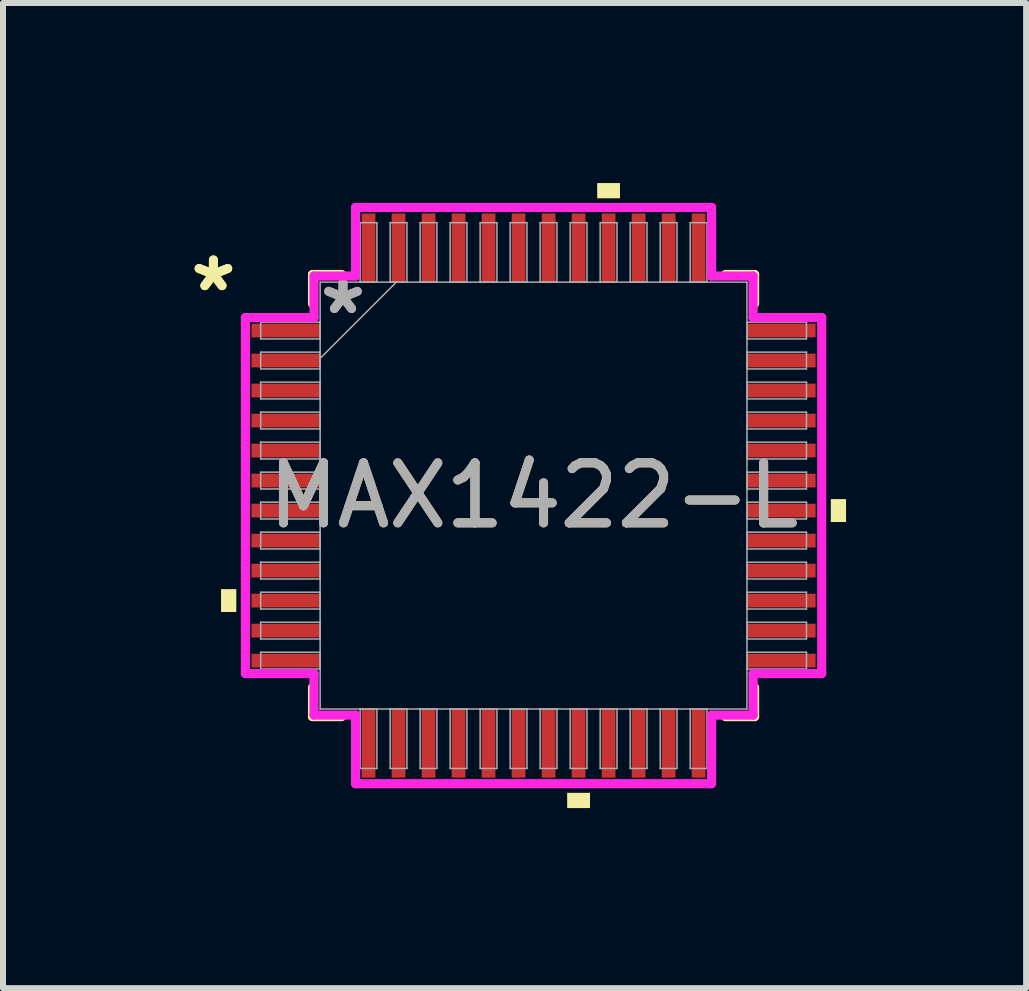
<source format=kicad_pcb>
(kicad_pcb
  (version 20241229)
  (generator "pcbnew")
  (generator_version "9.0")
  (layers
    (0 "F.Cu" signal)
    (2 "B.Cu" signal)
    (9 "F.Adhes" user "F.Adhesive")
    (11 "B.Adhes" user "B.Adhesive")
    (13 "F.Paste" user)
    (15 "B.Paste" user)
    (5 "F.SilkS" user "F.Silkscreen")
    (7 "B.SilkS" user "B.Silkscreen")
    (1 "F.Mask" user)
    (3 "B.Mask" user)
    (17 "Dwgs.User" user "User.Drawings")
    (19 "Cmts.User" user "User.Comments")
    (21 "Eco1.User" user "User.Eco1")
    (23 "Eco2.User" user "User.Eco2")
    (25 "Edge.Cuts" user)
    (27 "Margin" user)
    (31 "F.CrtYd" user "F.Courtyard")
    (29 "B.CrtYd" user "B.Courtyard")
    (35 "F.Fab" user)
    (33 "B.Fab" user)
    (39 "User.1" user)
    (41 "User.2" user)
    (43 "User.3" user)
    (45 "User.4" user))
  (footprint "MAX1422-L"
    (layer "F.Cu")
    (at 5.84 5.207)
    (property "Reference" "MAX1422-L" (at 0 0 0) (unlocked yes) (layer "F.SilkS") (effects (font (size 1 1) (thickness 0.15))))
    (attr smd)
    (fp_line (start -3.683 -3.683) (end -3.683 -3.197) (stroke (width 0.152) (type solid)) (layer "F.SilkS"))
    (fp_line (start -3.683 3.197) (end -3.683 3.683) (stroke (width 0.152) (type solid)) (layer "F.SilkS"))
    (fp_line (start -3.683 3.683) (end -3.197 3.683) (stroke (width 0.152) (type solid)) (layer "F.SilkS"))
    (fp_line (start -3.197 -3.683) (end -3.683 -3.683) (stroke (width 0.152) (type solid)) (layer "F.SilkS"))
    (fp_line (start 3.197 3.683) (end 3.683 3.683) (stroke (width 0.152) (type solid)) (layer "F.SilkS"))
    (fp_line (start 3.683 -3.683) (end 3.197 -3.683) (stroke (width 0.152) (type solid)) (layer "F.SilkS"))
    (fp_line (start 3.683 -3.197) (end 3.683 -3.683) (stroke (width 0.152) (type solid)) (layer "F.SilkS"))
    (fp_line (start 3.683 3.683) (end 3.683 3.197) (stroke (width 0.152) (type solid)) (layer "F.SilkS"))
    (fp_poly (pts (xy -5.207 1.559) (xy -5.207 1.94) (xy -4.953 1.94) (xy -4.953 1.559)) (stroke (width 0) (type solid)) (fill yes) (layer "F.SilkS"))
    (fp_poly (pts (xy 0.56 4.953) (xy 0.56 5.207) (xy 0.941 5.207) (xy 0.941 4.953)) (stroke (width 0) (type solid)) (fill yes) (layer "F.SilkS"))
    (fp_poly (pts (xy 1.06 -4.953) (xy 1.06 -5.207) (xy 1.44 -5.207) (xy 1.44 -4.953)) (stroke (width 0) (type solid)) (fill yes) (layer "F.SilkS"))
    (fp_poly (pts (xy 5.207 0.059) (xy 5.207 0.441) (xy 4.953 0.441) (xy 4.953 0.059)) (stroke (width 0) (type solid)) (fill yes) (layer "F.SilkS"))
    (fp_line (start -4.801 -2.966) (end -3.658 -2.966) (stroke (width 0.152) (type solid)) (layer "F.CrtYd"))
    (fp_line (start -4.801 2.966) (end -4.801 -2.966) (stroke (width 0.152) (type solid)) (layer "F.CrtYd"))
    (fp_line (start -3.658 -3.658) (end -2.966 -3.658) (stroke (width 0.152) (type solid)) (layer "F.CrtYd"))
    (fp_line (start -3.658 -2.966) (end -3.658 -3.658) (stroke (width 0.152) (type solid)) (layer "F.CrtYd"))
    (fp_line (start -3.658 2.966) (end -4.801 2.966) (stroke (width 0.152) (type solid)) (layer "F.CrtYd"))
    (fp_line (start -3.658 3.658) (end -3.658 2.966) (stroke (width 0.152) (type solid)) (layer "F.CrtYd"))
    (fp_line (start -3.658 3.658) (end -2.966 3.658) (stroke (width 0.152) (type solid)) (layer "F.CrtYd"))
    (fp_line (start -2.966 -4.801) (end 2.966 -4.801) (stroke (width 0.152) (type solid)) (layer "F.CrtYd"))
    (fp_line (start -2.966 -3.658) (end -2.966 -4.801) (stroke (width 0.152) (type solid)) (layer "F.CrtYd"))
    (fp_line (start -2.966 3.658) (end -2.966 4.801) (stroke (width 0.152) (type solid)) (layer "F.CrtYd"))
    (fp_line (start -2.966 4.801) (end 2.966 4.801) (stroke (width 0.152) (type solid)) (layer "F.CrtYd"))
    (fp_line (start 2.966 -4.801) (end 2.966 -3.658) (stroke (width 0.152) (type solid)) (layer "F.CrtYd"))
    (fp_line (start 2.966 -3.658) (end 3.658 -3.658) (stroke (width 0.152) (type solid)) (layer "F.CrtYd"))
    (fp_line (start 2.966 3.658) (end 3.658 3.658) (stroke (width 0.152) (type solid)) (layer "F.CrtYd"))
    (fp_line (start 2.966 4.801) (end 2.966 3.658) (stroke (width 0.152) (type solid)) (layer "F.CrtYd"))
    (fp_line (start 3.658 -2.966) (end 3.658 -3.658) (stroke (width 0.152) (type solid)) (layer "F.CrtYd"))
    (fp_line (start 3.658 2.966) (end 4.801 2.966) (stroke (width 0.152) (type solid)) (layer "F.CrtYd"))
    (fp_line (start 3.658 3.658) (end 3.658 2.966) (stroke (width 0.152) (type solid)) (layer "F.CrtYd"))
    (fp_line (start 4.801 -2.966) (end 3.658 -2.966) (stroke (width 0.152) (type solid)) (layer "F.CrtYd"))
    (fp_line (start 4.801 2.966) (end 4.801 -2.966) (stroke (width 0.152) (type solid)) (layer "F.CrtYd"))
    (fp_line (start -4.547 -2.89) (end -4.547 -2.61) (stroke (width 0.025) (type solid)) (layer "F.Fab"))
    (fp_line (start -4.547 -2.61) (end -3.556 -2.61) (stroke (width 0.025) (type solid)) (layer "F.Fab"))
    (fp_line (start -4.547 -2.39) (end -4.547 -2.11) (stroke (width 0.025) (type solid)) (layer "F.Fab"))
    (fp_line (start -4.547 -2.11) (end -3.556 -2.11) (stroke (width 0.025) (type solid)) (layer "F.Fab"))
    (fp_line (start -4.547 -1.89) (end -4.547 -1.61) (stroke (width 0.025) (type solid)) (layer "F.Fab"))
    (fp_line (start -4.547 -1.61) (end -3.556 -1.61) (stroke (width 0.025) (type solid)) (layer "F.Fab"))
    (fp_line (start -4.547 -1.39) (end -4.547 -1.11) (stroke (width 0.025) (type solid)) (layer "F.Fab"))
    (fp_line (start -4.547 -1.11) (end -3.556 -1.11) (stroke (width 0.025) (type solid)) (layer "F.Fab"))
    (fp_line (start -4.547 -0.89) (end -4.547 -0.61) (stroke (width 0.025) (type solid)) (layer "F.Fab"))
    (fp_line (start -4.547 -0.61) (end -3.556 -0.61) (stroke (width 0.025) (type solid)) (layer "F.Fab"))
    (fp_line (start -4.547 -0.39) (end -4.547 -0.11) (stroke (width 0.025) (type solid)) (layer "F.Fab"))
    (fp_line (start -4.547 -0.11) (end -3.556 -0.11) (stroke (width 0.025) (type solid)) (layer "F.Fab"))
    (fp_line (start -4.547 0.11) (end -4.547 0.39) (stroke (width 0.025) (type solid)) (layer "F.Fab"))
    (fp_line (start -4.547 0.39) (end -3.556 0.39) (stroke (width 0.025) (type solid)) (layer "F.Fab"))
    (fp_line (start -4.547 0.61) (end -4.547 0.89) (stroke (width 0.025) (type solid)) (layer "F.Fab"))
    (fp_line (start -4.547 0.89) (end -3.556 0.89) (stroke (width 0.025) (type solid)) (layer "F.Fab"))
    (fp_line (start -4.547 1.11) (end -4.547 1.39) (stroke (width 0.025) (type solid)) (layer "F.Fab"))
    (fp_line (start -4.547 1.39) (end -3.556 1.39) (stroke (width 0.025) (type solid)) (layer "F.Fab"))
    (fp_line (start -4.547 1.61) (end -4.547 1.89) (stroke (width 0.025) (type solid)) (layer "F.Fab"))
    (fp_line (start -4.547 1.89) (end -3.556 1.89) (stroke (width 0.025) (type solid)) (layer "F.Fab"))
    (fp_line (start -4.547 2.11) (end -4.547 2.39) (stroke (width 0.025) (type solid)) (layer "F.Fab"))
    (fp_line (start -4.547 2.39) (end -3.556 2.39) (stroke (width 0.025) (type solid)) (layer "F.Fab"))
    (fp_line (start -4.547 2.61) (end -4.547 2.89) (stroke (width 0.025) (type solid)) (layer "F.Fab"))
    (fp_line (start -4.547 2.89) (end -3.556 2.89) (stroke (width 0.025) (type solid)) (layer "F.Fab"))
    (fp_line (start -3.556 -3.556) (end -3.556 3.556) (stroke (width 0.025) (type solid)) (layer "F.Fab"))
    (fp_line (start -3.556 -2.89) (end -4.547 -2.89) (stroke (width 0.025) (type solid)) (layer "F.Fab"))
    (fp_line (start -3.556 -2.61) (end -3.556 -2.89) (stroke (width 0.025) (type solid)) (layer "F.Fab"))
    (fp_line (start -3.556 -2.39) (end -4.547 -2.39) (stroke (width 0.025) (type solid)) (layer "F.Fab"))
    (fp_line (start -3.556 -2.286) (end -2.286 -3.556) (stroke (width 0.025) (type solid)) (layer "F.Fab"))
    (fp_line (start -3.556 -2.11) (end -3.556 -2.39) (stroke (width 0.025) (type solid)) (layer "F.Fab"))
    (fp_line (start -3.556 -1.89) (end -4.547 -1.89) (stroke (width 0.025) (type solid)) (layer "F.Fab"))
    (fp_line (start -3.556 -1.61) (end -3.556 -1.89) (stroke (width 0.025) (type solid)) (layer "F.Fab"))
    (fp_line (start -3.556 -1.39) (end -4.547 -1.39) (stroke (width 0.025) (type solid)) (layer "F.Fab"))
    (fp_line (start -3.556 -1.11) (end -3.556 -1.39) (stroke (width 0.025) (type solid)) (layer "F.Fab"))
    (fp_line (start -3.556 -0.89) (end -4.547 -0.89) (stroke (width 0.025) (type solid)) (layer "F.Fab"))
    (fp_line (start -3.556 -0.61) (end -3.556 -0.89) (stroke (width 0.025) (type solid)) (layer "F.Fab"))
    (fp_line (start -3.556 -0.39) (end -4.547 -0.39) (stroke (width 0.025) (type solid)) (layer "F.Fab"))
    (fp_line (start -3.556 -0.11) (end -3.556 -0.39) (stroke (width 0.025) (type solid)) (layer "F.Fab"))
    (fp_line (start -3.556 0.11) (end -4.547 0.11) (stroke (width 0.025) (type solid)) (layer "F.Fab"))
    (fp_line (start -3.556 0.39) (end -3.556 0.11) (stroke (width 0.025) (type solid)) (layer "F.Fab"))
    (fp_line (start -3.556 0.61) (end -4.547 0.61) (stroke (width 0.025) (type solid)) (layer "F.Fab"))
    (fp_line (start -3.556 0.89) (end -3.556 0.61) (stroke (width 0.025) (type solid)) (layer "F.Fab"))
    (fp_line (start -3.556 1.11) (end -4.547 1.11) (stroke (width 0.025) (type solid)) (layer "F.Fab"))
    (fp_line (start -3.556 1.39) (end -3.556 1.11) (stroke (width 0.025) (type solid)) (layer "F.Fab"))
    (fp_line (start -3.556 1.61) (end -4.547 1.61) (stroke (width 0.025) (type solid)) (layer "F.Fab"))
    (fp_line (start -3.556 1.89) (end -3.556 1.61) (stroke (width 0.025) (type solid)) (layer "F.Fab"))
    (fp_line (start -3.556 2.11) (end -4.547 2.11) (stroke (width 0.025) (type solid)) (layer "F.Fab"))
    (fp_line (start -3.556 2.39) (end -3.556 2.11) (stroke (width 0.025) (type solid)) (layer "F.Fab"))
    (fp_line (start -3.556 2.61) (end -4.547 2.61) (stroke (width 0.025) (type solid)) (layer "F.Fab"))
    (fp_line (start -3.556 2.89) (end -3.556 2.61) (stroke (width 0.025) (type solid)) (layer "F.Fab"))
    (fp_line (start -3.556 3.556) (end 3.556 3.556) (stroke (width 0.025) (type solid)) (layer "F.Fab"))
    (fp_line (start -2.89 -4.547) (end -2.89 -3.556) (stroke (width 0.025) (type solid)) (layer "F.Fab"))
    (fp_line (start -2.89 -3.556) (end -2.61 -3.556) (stroke (width 0.025) (type solid)) (layer "F.Fab"))
    (fp_line (start -2.89 3.556) (end -2.89 4.547) (stroke (width 0.025) (type solid)) (layer "F.Fab"))
    (fp_line (start -2.89 4.547) (end -2.61 4.547) (stroke (width 0.025) (type solid)) (layer "F.Fab"))
    (fp_line (start -2.61 -4.547) (end -2.89 -4.547) (stroke (width 0.025) (type solid)) (layer "F.Fab"))
    (fp_line (start -2.61 -3.556) (end -2.61 -4.547) (stroke (width 0.025) (type solid)) (layer "F.Fab"))
    (fp_line (start -2.61 3.556) (end -2.89 3.556) (stroke (width 0.025) (type solid)) (layer "F.Fab"))
    (fp_line (start -2.61 4.547) (end -2.61 3.556) (stroke (width 0.025) (type solid)) (layer "F.Fab"))
    (fp_line (start -2.39 -4.547) (end -2.39 -3.556) (stroke (width 0.025) (type solid)) (layer "F.Fab"))
    (fp_line (start -2.39 -3.556) (end -2.11 -3.556) (stroke (width 0.025) (type solid)) (layer "F.Fab"))
    (fp_line (start -2.39 3.556) (end -2.39 4.547) (stroke (width 0.025) (type solid)) (layer "F.Fab"))
    (fp_line (start -2.39 4.547) (end -2.11 4.547) (stroke (width 0.025) (type solid)) (layer "F.Fab"))
    (fp_line (start -2.11 -4.547) (end -2.39 -4.547) (stroke (width 0.025) (type solid)) (layer "F.Fab"))
    (fp_line (start -2.11 -3.556) (end -2.11 -4.547) (stroke (width 0.025) (type solid)) (layer "F.Fab"))
    (fp_line (start -2.11 3.556) (end -2.39 3.556) (stroke (width 0.025) (type solid)) (layer "F.Fab"))
    (fp_line (start -2.11 4.547) (end -2.11 3.556) (stroke (width 0.025) (type solid)) (layer "F.Fab"))
    (fp_line (start -1.89 -4.547) (end -1.89 -3.556) (stroke (width 0.025) (type solid)) (layer "F.Fab"))
    (fp_line (start -1.89 -3.556) (end -1.61 -3.556) (stroke (width 0.025) (type solid)) (layer "F.Fab"))
    (fp_line (start -1.89 3.556) (end -1.89 4.547) (stroke (width 0.025) (type solid)) (layer "F.Fab"))
    (fp_line (start -1.89 4.547) (end -1.61 4.547) (stroke (width 0.025) (type solid)) (layer "F.Fab"))
    (fp_line (start -1.61 -4.547) (end -1.89 -4.547) (stroke (width 0.025) (type solid)) (layer "F.Fab"))
    (fp_line (start -1.61 -3.556) (end -1.61 -4.547) (stroke (width 0.025) (type solid)) (layer "F.Fab"))
    (fp_line (start -1.61 3.556) (end -1.89 3.556) (stroke (width 0.025) (type solid)) (layer "F.Fab"))
    (fp_line (start -1.61 4.547) (end -1.61 3.556) (stroke (width 0.025) (type solid)) (layer "F.Fab"))
    (fp_line (start -1.39 -4.547) (end -1.39 -3.556) (stroke (width 0.025) (type solid)) (layer "F.Fab"))
    (fp_line (start -1.39 -3.556) (end -1.11 -3.556) (stroke (width 0.025) (type solid)) (layer "F.Fab"))
    (fp_line (start -1.39 3.556) (end -1.39 4.547) (stroke (width 0.025) (type solid)) (layer "F.Fab"))
    (fp_line (start -1.39 4.547) (end -1.11 4.547) (stroke (width 0.025) (type solid)) (layer "F.Fab"))
    (fp_line (start -1.11 -4.547) (end -1.39 -4.547) (stroke (width 0.025) (type solid)) (layer "F.Fab"))
    (fp_line (start -1.11 -3.556) (end -1.11 -4.547) (stroke (width 0.025) (type solid)) (layer "F.Fab"))
    (fp_line (start -1.11 3.556) (end -1.39 3.556) (stroke (width 0.025) (type solid)) (layer "F.Fab"))
    (fp_line (start -1.11 4.547) (end -1.11 3.556) (stroke (width 0.025) (type solid)) (layer "F.Fab"))
    (fp_line (start -0.89 -4.547) (end -0.89 -3.556) (stroke (width 0.025) (type solid)) (layer "F.Fab"))
    (fp_line (start -0.89 -3.556) (end -0.61 -3.556) (stroke (width 0.025) (type solid)) (layer "F.Fab"))
    (fp_line (start -0.89 3.556) (end -0.89 4.547) (stroke (width 0.025) (type solid)) (layer "F.Fab"))
    (fp_line (start -0.89 4.547) (end -0.61 4.547) (stroke (width 0.025) (type solid)) (layer "F.Fab"))
    (fp_line (start -0.61 -4.547) (end -0.89 -4.547) (stroke (width 0.025) (type solid)) (layer "F.Fab"))
    (fp_line (start -0.61 -3.556) (end -0.61 -4.547) (stroke (width 0.025) (type solid)) (layer "F.Fab"))
    (fp_line (start -0.61 3.556) (end -0.89 3.556) (stroke (width 0.025) (type solid)) (layer "F.Fab"))
    (fp_line (start -0.61 4.547) (end -0.61 3.556) (stroke (width 0.025) (type solid)) (layer "F.Fab"))
    (fp_line (start -0.39 -4.547) (end -0.39 -3.556) (stroke (width 0.025) (type solid)) (layer "F.Fab"))
    (fp_line (start -0.39 -3.556) (end -0.11 -3.556) (stroke (width 0.025) (type solid)) (layer "F.Fab"))
    (fp_line (start -0.39 3.556) (end -0.39 4.547) (stroke (width 0.025) (type solid)) (layer "F.Fab"))
    (fp_line (start -0.39 4.547) (end -0.11 4.547) (stroke (width 0.025) (type solid)) (layer "F.Fab"))
    (fp_line (start -0.11 -4.547) (end -0.39 -4.547) (stroke (width 0.025) (type solid)) (layer "F.Fab"))
    (fp_line (start -0.11 -3.556) (end -0.11 -4.547) (stroke (width 0.025) (type solid)) (layer "F.Fab"))
    (fp_line (start -0.11 3.556) (end -0.39 3.556) (stroke (width 0.025) (type solid)) (layer "F.Fab"))
    (fp_line (start -0.11 4.547) (end -0.11 3.556) (stroke (width 0.025) (type solid)) (layer "F.Fab"))
    (fp_line (start 0.11 -4.547) (end 0.11 -3.556) (stroke (width 0.025) (type solid)) (layer "F.Fab"))
    (fp_line (start 0.11 -3.556) (end 0.39 -3.556) (stroke (width 0.025) (type solid)) (layer "F.Fab"))
    (fp_line (start 0.11 3.556) (end 0.11 4.547) (stroke (width 0.025) (type solid)) (layer "F.Fab"))
    (fp_line (start 0.11 4.547) (end 0.39 4.547) (stroke (width 0.025) (type solid)) (layer "F.Fab"))
    (fp_line (start 0.39 -4.547) (end 0.11 -4.547) (stroke (width 0.025) (type solid)) (layer "F.Fab"))
    (fp_line (start 0.39 -3.556) (end 0.39 -4.547) (stroke (width 0.025) (type solid)) (layer "F.Fab"))
    (fp_line (start 0.39 3.556) (end 0.11 3.556) (stroke (width 0.025) (type solid)) (layer "F.Fab"))
    (fp_line (start 0.39 4.547) (end 0.39 3.556) (stroke (width 0.025) (type solid)) (layer "F.Fab"))
    (fp_line (start 0.61 -4.547) (end 0.61 -3.556) (stroke (width 0.025) (type solid)) (layer "F.Fab"))
    (fp_line (start 0.61 -3.556) (end 0.89 -3.556) (stroke (width 0.025) (type solid)) (layer "F.Fab"))
    (fp_line (start 0.61 3.556) (end 0.61 4.547) (stroke (width 0.025) (type solid)) (layer "F.Fab"))
    (fp_line (start 0.61 4.547) (end 0.89 4.547) (stroke (width 0.025) (type solid)) (layer "F.Fab"))
    (fp_line (start 0.89 -4.547) (end 0.61 -4.547) (stroke (width 0.025) (type solid)) (layer "F.Fab"))
    (fp_line (start 0.89 -3.556) (end 0.89 -4.547) (stroke (width 0.025) (type solid)) (layer "F.Fab"))
    (fp_line (start 0.89 3.556) (end 0.61 3.556) (stroke (width 0.025) (type solid)) (layer "F.Fab"))
    (fp_line (start 0.89 4.547) (end 0.89 3.556) (stroke (width 0.025) (type solid)) (layer "F.Fab"))
    (fp_line (start 1.11 -4.547) (end 1.11 -3.556) (stroke (width 0.025) (type solid)) (layer "F.Fab"))
    (fp_line (start 1.11 -3.556) (end 1.39 -3.556) (stroke (width 0.025) (type solid)) (layer "F.Fab"))
    (fp_line (start 1.11 3.556) (end 1.11 4.547) (stroke (width 0.025) (type solid)) (layer "F.Fab"))
    (fp_line (start 1.11 4.547) (end 1.39 4.547) (stroke (width 0.025) (type solid)) (layer "F.Fab"))
    (fp_line (start 1.39 -4.547) (end 1.11 -4.547) (stroke (width 0.025) (type solid)) (layer "F.Fab"))
    (fp_line (start 1.39 -3.556) (end 1.39 -4.547) (stroke (width 0.025) (type solid)) (layer "F.Fab"))
    (fp_line (start 1.39 3.556) (end 1.11 3.556) (stroke (width 0.025) (type solid)) (layer "F.Fab"))
    (fp_line (start 1.39 4.547) (end 1.39 3.556) (stroke (width 0.025) (type solid)) (layer "F.Fab"))
    (fp_line (start 1.61 -4.547) (end 1.61 -3.556) (stroke (width 0.025) (type solid)) (layer "F.Fab"))
    (fp_line (start 1.61 -3.556) (end 1.89 -3.556) (stroke (width 0.025) (type solid)) (layer "F.Fab"))
    (fp_line (start 1.61 3.556) (end 1.61 4.547) (stroke (width 0.025) (type solid)) (layer "F.Fab"))
    (fp_line (start 1.61 4.547) (end 1.89 4.547) (stroke (width 0.025) (type solid)) (layer "F.Fab"))
    (fp_line (start 1.89 -4.547) (end 1.61 -4.547) (stroke (width 0.025) (type solid)) (layer "F.Fab"))
    (fp_line (start 1.89 -3.556) (end 1.89 -4.547) (stroke (width 0.025) (type solid)) (layer "F.Fab"))
    (fp_line (start 1.89 3.556) (end 1.61 3.556) (stroke (width 0.025) (type solid)) (layer "F.Fab"))
    (fp_line (start 1.89 4.547) (end 1.89 3.556) (stroke (width 0.025) (type solid)) (layer "F.Fab"))
    (fp_line (start 2.11 -4.547) (end 2.11 -3.556) (stroke (width 0.025) (type solid)) (layer "F.Fab"))
    (fp_line (start 2.11 -3.556) (end 2.39 -3.556) (stroke (width 0.025) (type solid)) (layer "F.Fab"))
    (fp_line (start 2.11 3.556) (end 2.11 4.547) (stroke (width 0.025) (type solid)) (layer "F.Fab"))
    (fp_line (start 2.11 4.547) (end 2.39 4.547) (stroke (width 0.025) (type solid)) (layer "F.Fab"))
    (fp_line (start 2.39 -4.547) (end 2.11 -4.547) (stroke (width 0.025) (type solid)) (layer "F.Fab"))
    (fp_line (start 2.39 -3.556) (end 2.39 -4.547) (stroke (width 0.025) (type solid)) (layer "F.Fab"))
    (fp_line (start 2.39 3.556) (end 2.11 3.556) (stroke (width 0.025) (type solid)) (layer "F.Fab"))
    (fp_line (start 2.39 4.547) (end 2.39 3.556) (stroke (width 0.025) (type solid)) (layer "F.Fab"))
    (fp_line (start 2.61 -4.547) (end 2.61 -3.556) (stroke (width 0.025) (type solid)) (layer "F.Fab"))
    (fp_line (start 2.61 -3.556) (end 2.89 -3.556) (stroke (width 0.025) (type solid)) (layer "F.Fab"))
    (fp_line (start 2.61 3.556) (end 2.61 4.547) (stroke (width 0.025) (type solid)) (layer "F.Fab"))
    (fp_line (start 2.61 4.547) (end 2.89 4.547) (stroke (width 0.025) (type solid)) (layer "F.Fab"))
    (fp_line (start 2.89 -4.547) (end 2.61 -4.547) (stroke (width 0.025) (type solid)) (layer "F.Fab"))
    (fp_line (start 2.89 -3.556) (end 2.89 -4.547) (stroke (width 0.025) (type solid)) (layer "F.Fab"))
    (fp_line (start 2.89 3.556) (end 2.61 3.556) (stroke (width 0.025) (type solid)) (layer "F.Fab"))
    (fp_line (start 2.89 4.547) (end 2.89 3.556) (stroke (width 0.025) (type solid)) (layer "F.Fab"))
    (fp_line (start 3.556 -3.556) (end -3.556 -3.556) (stroke (width 0.025) (type solid)) (layer "F.Fab"))
    (fp_line (start 3.556 -2.89) (end 3.556 -2.61) (stroke (width 0.025) (type solid)) (layer "F.Fab"))
    (fp_line (start 3.556 -2.61) (end 4.547 -2.61) (stroke (width 0.025) (type solid)) (layer "F.Fab"))
    (fp_line (start 3.556 -2.39) (end 3.556 -2.11) (stroke (width 0.025) (type solid)) (layer "F.Fab"))
    (fp_line (start 3.556 -2.11) (end 4.547 -2.11) (stroke (width 0.025) (type solid)) (layer "F.Fab"))
    (fp_line (start 3.556 -1.89) (end 3.556 -1.61) (stroke (width 0.025) (type solid)) (layer "F.Fab"))
    (fp_line (start 3.556 -1.61) (end 4.547 -1.61) (stroke (width 0.025) (type solid)) (layer "F.Fab"))
    (fp_line (start 3.556 -1.39) (end 3.556 -1.11) (stroke (width 0.025) (type solid)) (layer "F.Fab"))
    (fp_line (start 3.556 -1.11) (end 4.547 -1.11) (stroke (width 0.025) (type solid)) (layer "F.Fab"))
    (fp_line (start 3.556 -0.89) (end 3.556 -0.61) (stroke (width 0.025) (type solid)) (layer "F.Fab"))
    (fp_line (start 3.556 -0.61) (end 4.547 -0.61) (stroke (width 0.025) (type solid)) (layer "F.Fab"))
    (fp_line (start 3.556 -0.39) (end 3.556 -0.11) (stroke (width 0.025) (type solid)) (layer "F.Fab"))
    (fp_line (start 3.556 -0.11) (end 4.547 -0.11) (stroke (width 0.025) (type solid)) (layer "F.Fab"))
    (fp_line (start 3.556 0.11) (end 3.556 0.39) (stroke (width 0.025) (type solid)) (layer "F.Fab"))
    (fp_line (start 3.556 0.39) (end 4.547 0.39) (stroke (width 0.025) (type solid)) (layer "F.Fab"))
    (fp_line (start 3.556 0.61) (end 3.556 0.89) (stroke (width 0.025) (type solid)) (layer "F.Fab"))
    (fp_line (start 3.556 0.89) (end 4.547 0.89) (stroke (width 0.025) (type solid)) (layer "F.Fab"))
    (fp_line (start 3.556 1.11) (end 3.556 1.39) (stroke (width 0.025) (type solid)) (layer "F.Fab"))
    (fp_line (start 3.556 1.39) (end 4.547 1.39) (stroke (width 0.025) (type solid)) (layer "F.Fab"))
    (fp_line (start 3.556 1.61) (end 3.556 1.89) (stroke (width 0.025) (type solid)) (layer "F.Fab"))
    (fp_line (start 3.556 1.89) (end 4.547 1.89) (stroke (width 0.025) (type solid)) (layer "F.Fab"))
    (fp_line (start 3.556 2.11) (end 3.556 2.39) (stroke (width 0.025) (type solid)) (layer "F.Fab"))
    (fp_line (start 3.556 2.39) (end 4.547 2.39) (stroke (width 0.025) (type solid)) (layer "F.Fab"))
    (fp_line (start 3.556 2.61) (end 3.556 2.89) (stroke (width 0.025) (type solid)) (layer "F.Fab"))
    (fp_line (start 3.556 2.89) (end 4.547 2.89) (stroke (width 0.025) (type solid)) (layer "F.Fab"))
    (fp_line (start 3.556 3.556) (end 3.556 -3.556) (stroke (width 0.025) (type solid)) (layer "F.Fab"))
    (fp_line (start 4.547 -2.89) (end 3.556 -2.89) (stroke (width 0.025) (type solid)) (layer "F.Fab"))
    (fp_line (start 4.547 -2.61) (end 4.547 -2.89) (stroke (width 0.025) (type solid)) (layer "F.Fab"))
    (fp_line (start 4.547 -2.39) (end 3.556 -2.39) (stroke (width 0.025) (type solid)) (layer "F.Fab"))
    (fp_line (start 4.547 -2.11) (end 4.547 -2.39) (stroke (width 0.025) (type solid)) (layer "F.Fab"))
    (fp_line (start 4.547 -1.89) (end 3.556 -1.89) (stroke (width 0.025) (type solid)) (layer "F.Fab"))
    (fp_line (start 4.547 -1.61) (end 4.547 -1.89) (stroke (width 0.025) (type solid)) (layer "F.Fab"))
    (fp_line (start 4.547 -1.39) (end 3.556 -1.39) (stroke (width 0.025) (type solid)) (layer "F.Fab"))
    (fp_line (start 4.547 -1.11) (end 4.547 -1.39) (stroke (width 0.025) (type solid)) (layer "F.Fab"))
    (fp_line (start 4.547 -0.89) (end 3.556 -0.89) (stroke (width 0.025) (type solid)) (layer "F.Fab"))
    (fp_line (start 4.547 -0.61) (end 4.547 -0.89) (stroke (width 0.025) (type solid)) (layer "F.Fab"))
    (fp_line (start 4.547 -0.39) (end 3.556 -0.39) (stroke (width 0.025) (type solid)) (layer "F.Fab"))
    (fp_line (start 4.547 -0.11) (end 4.547 -0.39) (stroke (width 0.025) (type solid)) (layer "F.Fab"))
    (fp_line (start 4.547 0.11) (end 3.556 0.11) (stroke (width 0.025) (type solid)) (layer "F.Fab"))
    (fp_line (start 4.547 0.39) (end 4.547 0.11) (stroke (width 0.025) (type solid)) (layer "F.Fab"))
    (fp_line (start 4.547 0.61) (end 3.556 0.61) (stroke (width 0.025) (type solid)) (layer "F.Fab"))
    (fp_line (start 4.547 0.89) (end 4.547 0.61) (stroke (width 0.025) (type solid)) (layer "F.Fab"))
    (fp_line (start 4.547 1.11) (end 3.556 1.11) (stroke (width 0.025) (type solid)) (layer "F.Fab"))
    (fp_line (start 4.547 1.39) (end 4.547 1.11) (stroke (width 0.025) (type solid)) (layer "F.Fab"))
    (fp_line (start 4.547 1.61) (end 3.556 1.61) (stroke (width 0.025) (type solid)) (layer "F.Fab"))
    (fp_line (start 4.547 1.89) (end 4.547 1.61) (stroke (width 0.025) (type solid)) (layer "F.Fab"))
    (fp_line (start 4.547 2.11) (end 3.556 2.11) (stroke (width 0.025) (type solid)) (layer "F.Fab"))
    (fp_line (start 4.547 2.39) (end 4.547 2.11) (stroke (width 0.025) (type solid)) (layer "F.Fab"))
    (fp_line (start 4.547 2.61) (end 3.556 2.61) (stroke (width 0.025) (type solid)) (layer "F.Fab"))
    (fp_line (start 4.547 2.89) (end 4.547 2.61) (stroke (width 0.025) (type solid)) (layer "F.Fab"))
    (fp_text user "*" (at -5.334 -3.381 0) (unlocked yes) (layer "F.SilkS") (effects (font (size 1 1) (thickness 0.15))))
    (fp_text user "*" (at -5.334 -3.381 0) (layer "F.SilkS") (effects (font (size 1 1) (thickness 0.15))))
    (fp_text user "${REFERENCE}" (at 0 0 0) (unlocked yes) (layer "F.Fab") (effects (font (size 1 1) (thickness 0.15))))
    (fp_text user "*" (at -3.175 -3 0) (layer "F.Fab") (effects (font (size 1 1) (thickness 0.15))))
    (fp_text user "*" (at -3.175 -3 0) (unlocked yes) (layer "F.Fab") (effects (font (size 1 1) (thickness 0.15))))
    (pad "1" smd rect (at -4.128 -2.75 90) (size 0.229 1.143) (layers "F.Cu" "F.Mask" "F.Paste"))
    (pad "2" smd rect (at -4.128 -2.25 90) (size 0.229 1.143) (layers "F.Cu" "F.Mask" "F.Paste"))
    (pad "3" smd rect (at -4.128 -1.75 90) (size 0.229 1.143) (layers "F.Cu" "F.Mask" "F.Paste"))
    (pad "4" smd rect (at -4.128 -1.25 90) (size 0.229 1.143) (layers "F.Cu" "F.Mask" "F.Paste"))
    (pad "5" smd rect (at -4.128 -0.75 90) (size 0.229 1.143) (layers "F.Cu" "F.Mask" "F.Paste"))
    (pad "6" smd rect (at -4.128 -0.25 90) (size 0.229 1.143) (layers "F.Cu" "F.Mask" "F.Paste"))
    (pad "7" smd rect (at -4.128 0.25 90) (size 0.229 1.143) (layers "F.Cu" "F.Mask" "F.Paste"))
    (pad "8" smd rect (at -4.128 0.75 90) (size 0.229 1.143) (layers "F.Cu" "F.Mask" "F.Paste"))
    (pad "9" smd rect (at -4.128 1.25 90) (size 0.229 1.143) (layers "F.Cu" "F.Mask" "F.Paste"))
    (pad "10" smd rect (at -4.128 1.75 90) (size 0.229 1.143) (layers "F.Cu" "F.Mask" "F.Paste"))
    (pad "11" smd rect (at -4.128 2.25 90) (size 0.229 1.143) (layers "F.Cu" "F.Mask" "F.Paste"))
    (pad "12" smd rect (at -4.128 2.75 90) (size 0.229 1.143) (layers "F.Cu" "F.Mask" "F.Paste"))
    (pad "13" smd rect (at -2.75 4.128) (size 0.229 1.143) (layers "F.Cu" "F.Mask" "F.Paste"))
    (pad "14" smd rect (at -2.25 4.128) (size 0.229 1.143) (layers "F.Cu" "F.Mask" "F.Paste"))
    (pad "15" smd rect (at -1.75 4.128) (size 0.229 1.143) (layers "F.Cu" "F.Mask" "F.Paste"))
    (pad "16" smd rect (at -1.25 4.128) (size 0.229 1.143) (layers "F.Cu" "F.Mask" "F.Paste"))
    (pad "17" smd rect (at -0.75 4.128) (size 0.229 1.143) (layers "F.Cu" "F.Mask" "F.Paste"))
    (pad "18" smd rect (at -0.25 4.128) (size 0.229 1.143) (layers "F.Cu" "F.Mask" "F.Paste"))
    (pad "19" smd rect (at 0.25 4.128) (size 0.229 1.143) (layers "F.Cu" "F.Mask" "F.Paste"))
    (pad "20" smd rect (at 0.75 4.128) (size 0.229 1.143) (layers "F.Cu" "F.Mask" "F.Paste"))
    (pad "21" smd rect (at 1.25 4.128) (size 0.229 1.143) (layers "F.Cu" "F.Mask" "F.Paste"))
    (pad "22" smd rect (at 1.75 4.128) (size 0.229 1.143) (layers "F.Cu" "F.Mask" "F.Paste"))
    (pad "23" smd rect (at 2.25 4.128) (size 0.229 1.143) (layers "F.Cu" "F.Mask" "F.Paste"))
    (pad "24" smd rect (at 2.75 4.128) (size 0.229 1.143) (layers "F.Cu" "F.Mask" "F.Paste"))
    (pad "25" smd rect (at 4.128 2.75 90) (size 0.229 1.143) (layers "F.Cu" "F.Mask" "F.Paste"))
    (pad "26" smd rect (at 4.128 2.25 90) (size 0.229 1.143) (layers "F.Cu" "F.Mask" "F.Paste"))
    (pad "27" smd rect (at 4.128 1.75 90) (size 0.229 1.143) (layers "F.Cu" "F.Mask" "F.Paste"))
    (pad "28" smd rect (at 4.128 1.25 90) (size 0.229 1.143) (layers "F.Cu" "F.Mask" "F.Paste"))
    (pad "29" smd rect (at 4.128 0.75 90) (size 0.229 1.143) (layers "F.Cu" "F.Mask" "F.Paste"))
    (pad "30" smd rect (at 4.128 0.25 90) (size 0.229 1.143) (layers "F.Cu" "F.Mask" "F.Paste"))
    (pad "31" smd rect (at 4.128 -0.25 90) (size 0.229 1.143) (layers "F.Cu" "F.Mask" "F.Paste"))
    (pad "32" smd rect (at 4.128 -0.75 90) (size 0.229 1.143) (layers "F.Cu" "F.Mask" "F.Paste"))
    (pad "33" smd rect (at 4.128 -1.25 90) (size 0.229 1.143) (layers "F.Cu" "F.Mask" "F.Paste"))
    (pad "34" smd rect (at 4.128 -1.75 90) (size 0.229 1.143) (layers "F.Cu" "F.Mask" "F.Paste"))
    (pad "35" smd rect (at 4.128 -2.25 90) (size 0.229 1.143) (layers "F.Cu" "F.Mask" "F.Paste"))
    (pad "36" smd rect (at 4.128 -2.75 90) (size 0.229 1.143) (layers "F.Cu" "F.Mask" "F.Paste"))
    (pad "37" smd rect (at 2.75 -4.128) (size 0.229 1.143) (layers "F.Cu" "F.Mask" "F.Paste"))
    (pad "38" smd rect (at 2.25 -4.128) (size 0.229 1.143) (layers "F.Cu" "F.Mask" "F.Paste"))
    (pad "39" smd rect (at 1.75 -4.128) (size 0.229 1.143) (layers "F.Cu" "F.Mask" "F.Paste"))
    (pad "40" smd rect (at 1.25 -4.128) (size 0.229 1.143) (layers "F.Cu" "F.Mask" "F.Paste"))
    (pad "41" smd rect (at 0.75 -4.128) (size 0.229 1.143) (layers "F.Cu" "F.Mask" "F.Paste"))
    (pad "42" smd rect (at 0.25 -4.128) (size 0.229 1.143) (layers "F.Cu" "F.Mask" "F.Paste"))
    (pad "43" smd rect (at -0.25 -4.128) (size 0.229 1.143) (layers "F.Cu" "F.Mask" "F.Paste"))
    (pad "44" smd rect (at -0.75 -4.128) (size 0.229 1.143) (layers "F.Cu" "F.Mask" "F.Paste"))
    (pad "45" smd rect (at -1.25 -4.128) (size 0.229 1.143) (layers "F.Cu" "F.Mask" "F.Paste"))
    (pad "46" smd rect (at -1.75 -4.128) (size 0.229 1.143) (layers "F.Cu" "F.Mask" "F.Paste"))
    (pad "47" smd rect (at -2.25 -4.128) (size 0.229 1.143) (layers "F.Cu" "F.Mask" "F.Paste"))
    (pad "48" smd rect (at -2.75 -4.128) (size 0.229 1.143) (layers "F.Cu" "F.Mask" "F.Paste")))
  (gr_rect
    (start -3 -3)
    (end 14.047 13.414)
    (stroke (width 0.1) (type default))
    (fill no)
    (layer "Edge.Cuts")))
</source>
